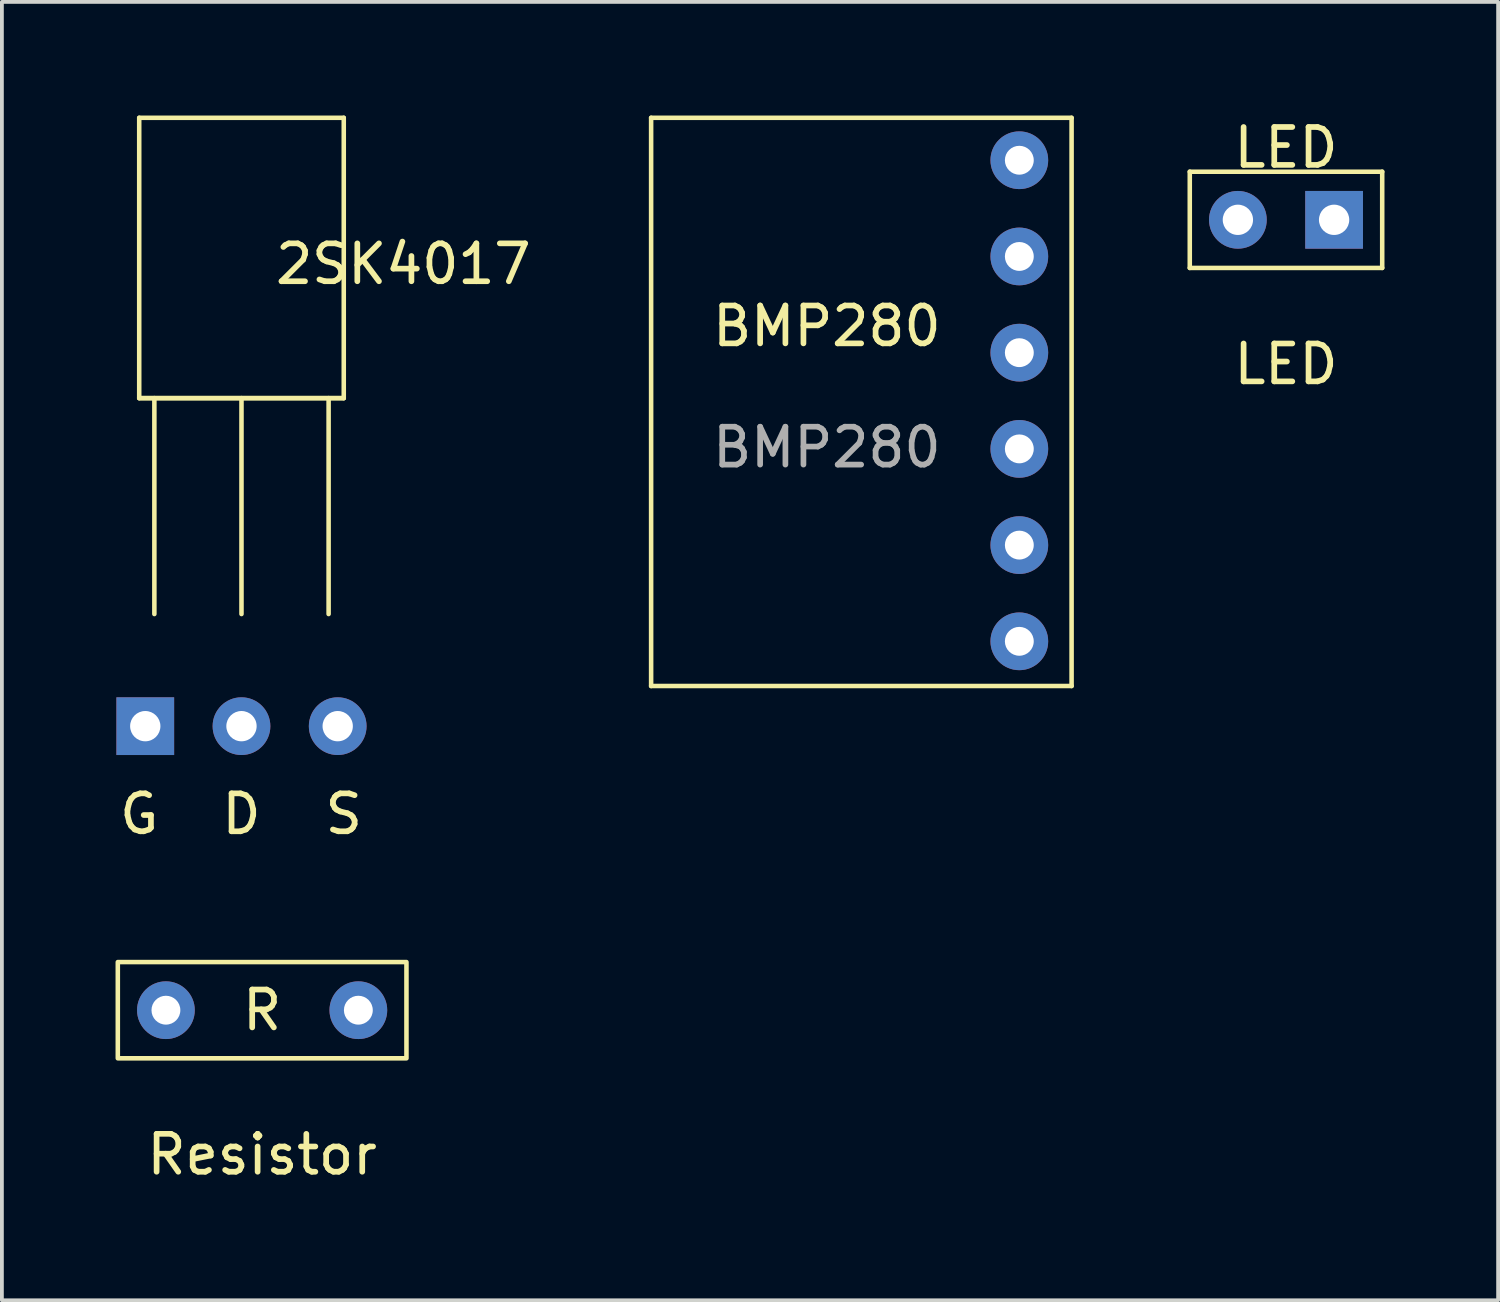
<source format=kicad_pcb>
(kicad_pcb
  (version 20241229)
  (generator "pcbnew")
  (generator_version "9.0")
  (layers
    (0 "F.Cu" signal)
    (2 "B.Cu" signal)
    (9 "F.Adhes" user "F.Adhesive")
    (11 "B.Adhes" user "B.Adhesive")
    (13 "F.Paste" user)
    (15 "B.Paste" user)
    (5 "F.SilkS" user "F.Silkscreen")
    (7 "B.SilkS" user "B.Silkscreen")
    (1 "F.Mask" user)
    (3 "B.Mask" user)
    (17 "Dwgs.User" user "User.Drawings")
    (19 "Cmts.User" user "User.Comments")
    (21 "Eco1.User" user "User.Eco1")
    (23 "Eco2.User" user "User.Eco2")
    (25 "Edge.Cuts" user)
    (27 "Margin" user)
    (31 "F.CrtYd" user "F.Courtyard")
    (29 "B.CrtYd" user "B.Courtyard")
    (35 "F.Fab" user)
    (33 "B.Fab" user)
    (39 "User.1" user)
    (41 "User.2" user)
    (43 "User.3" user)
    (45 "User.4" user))
  (footprint "LED"
    (layer "F.Cu")
    (at 30.899 2.753)
    (property "Reference" "LED" (at 0 3.81 0) (layer "F.SilkS") (effects (font (size 1 1) (thickness 0.15))))
    (attr through_hole)
    (fp_line (start -2.54 -1.27) (end -2.54 1.27) (stroke (width 0.12) (type solid)) (layer "F.SilkS"))
    (fp_line (start -2.54 1.27) (end 2.54 1.27) (stroke (width 0.12) (type solid)) (layer "F.SilkS"))
    (fp_line (start 2.54 -1.27) (end -2.54 -1.27) (stroke (width 0.12) (type solid)) (layer "F.SilkS"))
    (fp_line (start 2.54 1.27) (end 2.54 -1.27) (stroke (width 0.12) (type solid)) (layer "F.SilkS"))
    (fp_text user "LED" (at 0 -1.905 0) (unlocked yes) (layer "F.SilkS") (effects (font (size 1 1) (thickness 0.15))))
    (pad "1" thru_hole circle (at -1.27 0) (size 1.524 1.524) (drill 0.8) (layers "*.Cu" "*.Mask"))
    (pad "2" thru_hole rect (at 1.27 0) (size 1.524 1.524) (drill 0.8) (layers "*.Cu" "*.Mask")))
  (footprint "Resistor"
    (layer "F.Cu")
    (at 3.87 23.618)
    (property "Reference" "Resistor" (at 0 3.81 0) (layer "F.SilkS") (effects (font (size 1 1) (thickness 0.15))))
    (attr through_hole)
    (fp_rect (start -3.81 -1.27) (end 3.81 1.27) (stroke (width 0.12) (type solid)) (fill no) (layer "F.SilkS"))
    (fp_text user "R" (at 0 0 0) (unlocked yes) (layer "F.SilkS") (effects (font (size 1 1) (thickness 0.15))))
    (pad "1" thru_hole circle (at -2.54 0) (size 1.524 1.524) (drill 0.762) (layers "*.Cu" "*.Mask"))
    (pad "2" thru_hole circle (at 2.54 0) (size 1.524 1.524) (drill 0.762) (layers "*.Cu" "*.Mask")))
  (footprint "BMP280"
    (layer "F.Cu")
    (at 20.049 7.53)
    (property "Reference" "BMP280" (at -1.27 -1.97 0) (unlocked yes) (layer "F.SilkS") (effects (font (size 1 1) (thickness 0.15))))
    (attr through_hole)
    (fp_line (start -5.91 -7.47) (end -5.91 7.53) (stroke (width 0.12) (type solid)) (layer "F.SilkS"))
    (fp_line (start 5.19 -7.47) (end -5.91 -7.47) (stroke (width 0.12) (type solid)) (layer "F.SilkS"))
    (fp_line (start 5.19 -7.47) (end 5.19 7.53) (stroke (width 0.12) (type solid)) (layer "F.SilkS"))
    (fp_line (start 5.19 7.53) (end -5.91 7.53) (stroke (width 0.12) (type solid)) (layer "F.SilkS"))
    (fp_text user "${REFERENCE}" (at -1.27 1.23 0) (unlocked yes) (layer "F.Fab") (effects (font (size 1 1) (thickness 0.15))))
    (pad "1" thru_hole circle (at 3.81 -6.35) (size 1.524 1.524) (drill 0.762) (layers "*.Cu" "*.Mask"))
    (pad "2" thru_hole circle (at 3.81 -3.81) (size 1.524 1.524) (drill 0.762) (layers "*.Cu" "*.Mask"))
    (pad "3" thru_hole circle (at 3.81 -1.27) (size 1.524 1.524) (drill 0.762) (layers "*.Cu" "*.Mask"))
    (pad "4" thru_hole circle (at 3.81 1.27) (size 1.524 1.524) (drill 0.762) (layers "*.Cu" "*.Mask"))
    (pad "5" thru_hole circle (at 3.81 3.81) (size 1.524 1.524) (drill 0.762) (layers "*.Cu" "*.Mask"))
    (pad "6" thru_hole circle (at 3.81 6.35) (size 1.524 1.524) (drill 0.762) (layers "*.Cu" "*.Mask")))
  (footprint "2SK4017"
    (layer "F.Cu")
    (at 3.325 11.04)
    (property "Reference" "2SK4017" (at 4.272 -7.12 0) (layer "F.SilkS") (effects (font (size 1 1) (thickness 0.15))))
    (attr through_hole)
    (fp_line (start -2.7 -10.98) (end 2.7 -10.98) (stroke (width 0.12) (type solid)) (layer "F.SilkS"))
    (fp_line (start -2.7 -3.58) (end -2.7 -10.98) (stroke (width 0.12) (type solid)) (layer "F.SilkS"))
    (fp_line (start -2.7 -3.58) (end 2.7 -3.58) (stroke (width 0.12) (type solid)) (layer "F.SilkS"))
    (fp_line (start -2.3 -3.58) (end -2.3 2.12) (stroke (width 0.12) (type solid)) (layer "F.SilkS"))
    (fp_line (start 0 -3.58) (end 0 2.12) (stroke (width 0.12) (type solid)) (layer "F.SilkS"))
    (fp_line (start 2.3 -3.58) (end 2.3 2.12) (stroke (width 0.12) (type solid)) (layer "F.SilkS"))
    (fp_line (start 2.7 -10.98) (end 2.7 -3.58) (stroke (width 0.12) (type solid)) (layer "F.SilkS"))
    (fp_line (start 2.7 -3.58) (end -2.7 -3.58) (stroke (width 0.12) (type solid)) (layer "F.SilkS"))
    (fp_text user "D" (at 0 7.4 0) (layer "F.SilkS") (effects (font (size 1 1) (thickness 0.15))))
    (fp_text user "G" (at -2.7 7.4 0) (layer "F.SilkS") (effects (font (size 1 1) (thickness 0.15))))
    (fp_text user "S" (at 2.7 7.4 0) (layer "F.SilkS") (effects (font (size 1 1) (thickness 0.15))))
    (pad "1" thru_hole rect (at -2.54 5.08 180) (size 1.524 1.524) (drill 0.8) (layers "*.Cu" "*.Mask"))
    (pad "2" thru_hole circle (at 0 5.08 180) (size 1.524 1.524) (drill 0.8) (layers "*.Cu" "*.Mask"))
    (pad "3" thru_hole circle (at 2.54 5.08 180) (size 1.524 1.524) (drill 0.8) (layers "*.Cu" "*.Mask")))
  (gr_rect
    (start -3 -3)
    (end 36.499 31.276)
    (stroke (width 0.1) (type default))
    (fill no)
    (layer "Edge.Cuts")))
</source>
